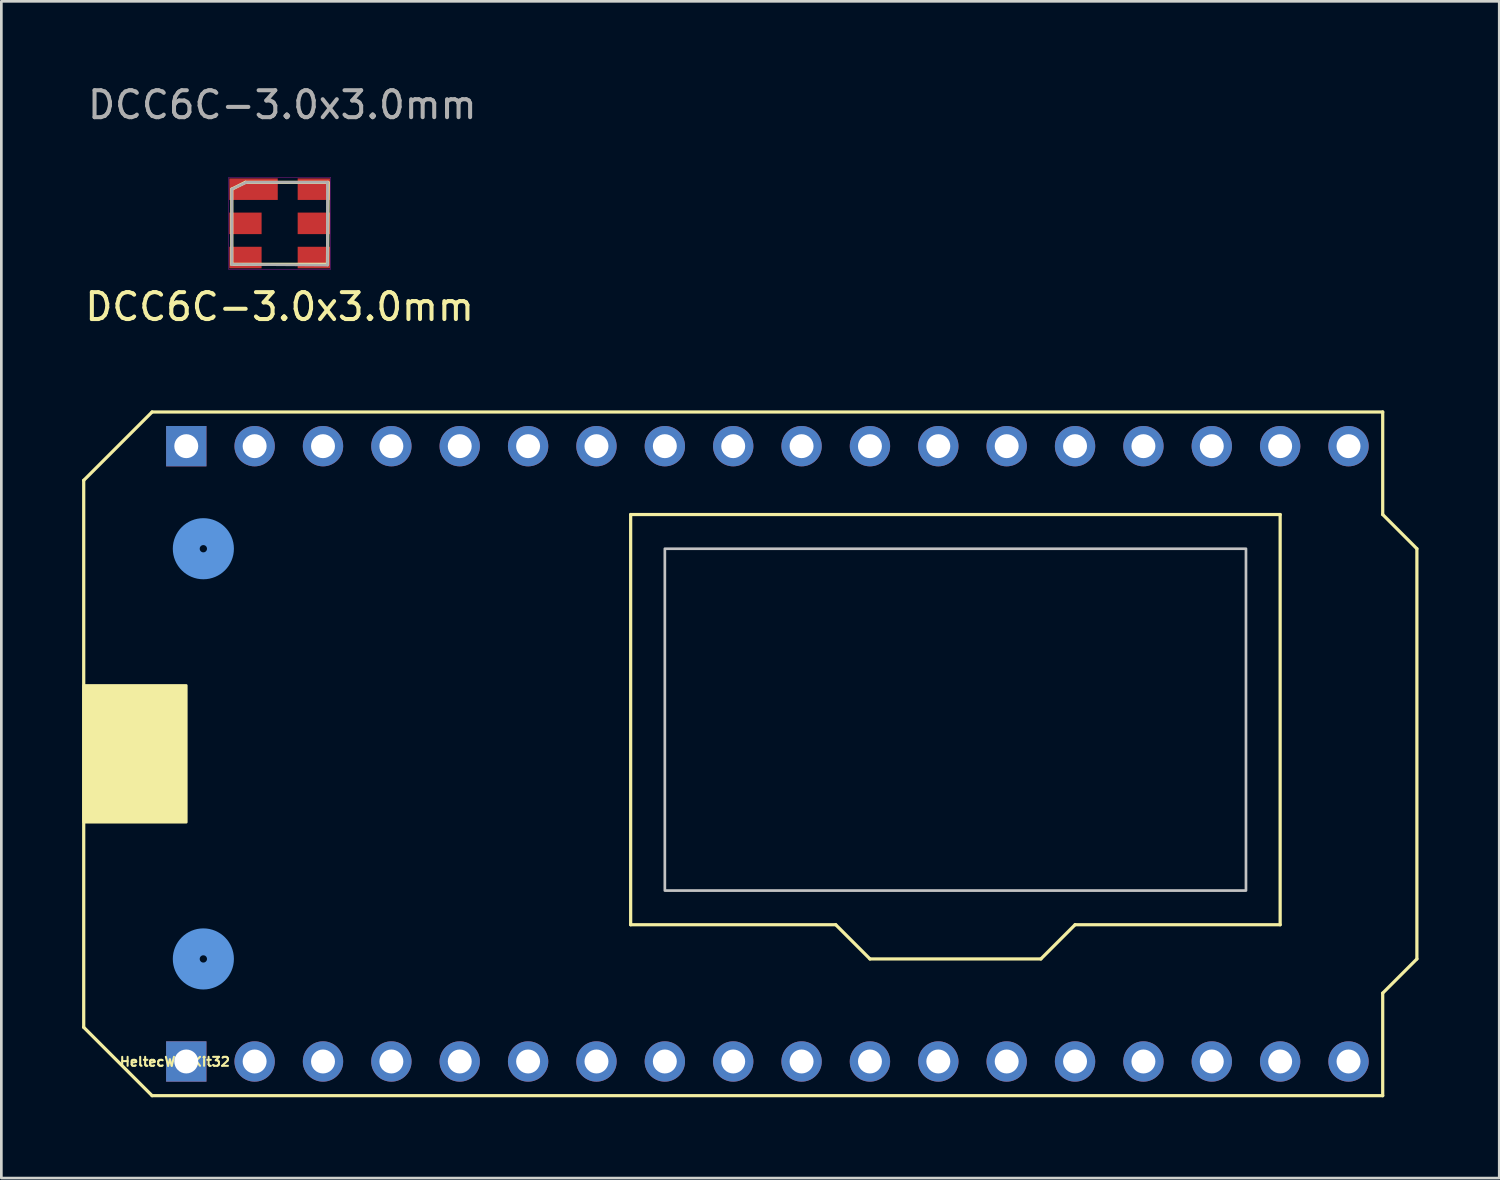
<source format=kicad_pcb>
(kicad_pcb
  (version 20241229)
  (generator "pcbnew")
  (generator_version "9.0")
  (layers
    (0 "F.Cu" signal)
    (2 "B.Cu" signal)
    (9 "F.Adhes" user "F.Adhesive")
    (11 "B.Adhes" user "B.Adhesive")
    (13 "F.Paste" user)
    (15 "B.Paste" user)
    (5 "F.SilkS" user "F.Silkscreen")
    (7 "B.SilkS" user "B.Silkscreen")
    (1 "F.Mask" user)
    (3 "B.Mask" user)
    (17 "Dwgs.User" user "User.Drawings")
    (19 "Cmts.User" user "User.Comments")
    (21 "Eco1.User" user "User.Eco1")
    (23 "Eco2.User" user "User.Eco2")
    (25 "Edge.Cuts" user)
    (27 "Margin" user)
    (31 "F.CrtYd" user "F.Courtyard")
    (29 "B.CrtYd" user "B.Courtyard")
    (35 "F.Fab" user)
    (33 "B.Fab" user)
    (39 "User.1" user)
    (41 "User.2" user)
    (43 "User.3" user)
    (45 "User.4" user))
  (footprint "DCC6C-3.0x3.0mm"
    (layer "F.Cu")
    (at 7.339 5.248)
    (property "Reference" "DCC6C-3.0x3.0mm" (at 0 3.1 0) (layer "F.SilkS") (effects (font (size 1 1) (thickness 0.15))))
    (attr through_hole)
    (fp_line (start -1.778 -1.27) (end -1.27 -1.524) (stroke (width 0.12) (type solid)) (layer "F.SilkS"))
    (fp_line (start -1.778 1.524) (end -1.778 -1.27) (stroke (width 0.12) (type solid)) (layer "F.SilkS"))
    (fp_line (start -1.27 -1.524) (end 1.778 -1.524) (stroke (width 0.12) (type solid)) (layer "F.SilkS"))
    (fp_line (start 1.778 1.524) (end -1.778 1.524) (stroke (width 0.12) (type solid)) (layer "F.SilkS"))
    (fp_line (start 1.803 -1.524) (end 1.778 1.524) (stroke (width 0.12) (type solid)) (layer "F.SilkS"))
    (fp_line (start -1.9 -1.7) (end 1.9 -1.7) (stroke (width 0.01) (type solid)) (layer "F.CrtYd"))
    (fp_line (start -1.9 1.7) (end -1.9 -1.7) (stroke (width 0.01) (type solid)) (layer "F.CrtYd"))
    (fp_line (start 1.9 -1.7) (end 1.9 1.7) (stroke (width 0.01) (type solid)) (layer "F.CrtYd"))
    (fp_line (start 1.9 1.7) (end -1.9 1.7) (stroke (width 0.01) (type solid)) (layer "F.CrtYd"))
    (fp_line (start -1.778 -1.27) (end -1.245 -1.524) (stroke (width 0.1) (type solid)) (layer "F.Fab"))
    (fp_line (start -1.778 1.532) (end -1.778 -1.27) (stroke (width 0.1) (type solid)) (layer "F.Fab"))
    (fp_line (start -1.245 -1.524) (end 1.778 -1.524) (stroke (width 0.1) (type solid)) (layer "F.Fab"))
    (fp_line (start 1.778 -1.524) (end 1.778 1.549) (stroke (width 0.1) (type solid)) (layer "F.Fab"))
    (fp_line (start 1.778 1.549) (end -1.778 1.524) (stroke (width 0.1) (type solid)) (layer "F.Fab"))
    (fp_text user "${REFERENCE}" (at 0.1 -4.4 0) (layer "F.Fab") (effects (font (size 1 1) (thickness 0.15))))
    (pad "1" smd rect (at -1.27 -1.27) (size 1.8 0.8) (drill (offset 0.3 0)) (layers "F.Cu" "F.Mask" "F.Paste"))
    (pad "2" smd rect (at -1.27 0) (size 1.2 0.8) (layers "F.Cu" "F.Mask" "F.Paste"))
    (pad "3" smd rect (at -1.27 1.27) (size 1.2 0.8) (layers "F.Cu" "F.Mask" "F.Paste"))
    (pad "4" smd rect (at 1.27 1.27) (size 1.2 0.8) (layers "F.Cu" "F.Mask" "F.Paste"))
    (pad "5" smd rect (at 1.27 0) (size 1.2 0.8) (layers "F.Cu" "F.Mask" "F.Paste"))
    (pad "6" smd rect (at 1.27 -1.27) (size 1.2 0.8) (layers "F.Cu" "F.Mask" "F.Paste")))
  (footprint "HeltecWiFiKit32"
    (layer "F.Cu")
    (at 3.87 36.386)
    (property "Reference" "HeltecWiFiKit32" (at -0.424 0.01 0) (unlocked yes) (layer "F.SilkS") (effects (font (size 0.333 0.351) (thickness 0.076))))
    (attr through_hole)
    (fp_line (start -3.81 -21.59) (end -1.27 -24.13) (stroke (width 0.12) (type solid)) (layer "F.SilkS"))
    (fp_line (start -3.81 -1.27) (end -3.81 -21.59) (stroke (width 0.12) (type solid)) (layer "F.SilkS"))
    (fp_line (start -1.27 -24.13) (end 44.45 -24.13) (stroke (width 0.12) (type solid)) (layer "F.SilkS"))
    (fp_line (start -1.27 1.27) (end -3.81 -1.27) (stroke (width 0.12) (type solid)) (layer "F.SilkS"))
    (fp_line (start 16.51 -20.32) (end 16.51 -5.08) (stroke (width 0.12) (type solid)) (layer "F.SilkS"))
    (fp_line (start 16.51 -5.08) (end 24.13 -5.08) (stroke (width 0.12) (type solid)) (layer "F.SilkS"))
    (fp_line (start 24.13 -5.08) (end 25.4 -3.81) (stroke (width 0.12) (type solid)) (layer "F.SilkS"))
    (fp_line (start 25.4 -3.81) (end 31.75 -3.81) (stroke (width 0.12) (type solid)) (layer "F.SilkS"))
    (fp_line (start 31.75 -3.81) (end 33.02 -5.08) (stroke (width 0.12) (type solid)) (layer "F.SilkS"))
    (fp_line (start 33.02 -5.08) (end 40.64 -5.08) (stroke (width 0.12) (type solid)) (layer "F.SilkS"))
    (fp_line (start 40.64 -20.32) (end 16.51 -20.32) (stroke (width 0.12) (type solid)) (layer "F.SilkS"))
    (fp_line (start 40.64 -5.08) (end 40.64 -20.32) (stroke (width 0.12) (type solid)) (layer "F.SilkS"))
    (fp_line (start 44.45 -24.13) (end 44.45 -20.32) (stroke (width 0.12) (type solid)) (layer "F.SilkS"))
    (fp_line (start 44.45 -20.32) (end 45.72 -19.05) (stroke (width 0.12) (type solid)) (layer "F.SilkS"))
    (fp_line (start 44.45 -2.54) (end 44.45 1.27) (stroke (width 0.12) (type solid)) (layer "F.SilkS"))
    (fp_line (start 44.45 1.27) (end -1.27 1.27) (stroke (width 0.12) (type solid)) (layer "F.SilkS"))
    (fp_line (start 45.72 -19.05) (end 45.72 -3.81) (stroke (width 0.12) (type solid)) (layer "F.SilkS"))
    (fp_line (start 45.72 -3.81) (end 44.45 -2.54) (stroke (width 0.12) (type solid)) (layer "F.SilkS"))
    (fp_poly (pts (xy -3.81 -13.97) (xy 0 -13.97) (xy 0 -8.89) (xy -3.81 -8.89)) (stroke (width 0.1) (type solid)) (fill yes) (layer "F.SilkS"))
    (fp_poly (pts (xy -1.27 -20.32) (xy 2.54 -20.32) (xy 2.54 -17.78) (xy -1.27 -17.78)) (stroke (width 0.1) (type solid)) (fill yes) (layer "B.Paste"))
    (fp_poly (pts (xy 2.54 -2.54) (xy -1.27 -2.54) (xy -1.27 -5.08) (xy 2.54 -5.08)) (stroke (width 0.1) (type solid)) (fill yes) (layer "B.Paste"))
    (fp_poly (pts (xy 39.37 -6.35) (xy 39.37 -19.05) (xy 17.78 -19.05) (xy 17.78 -6.35)) (stroke (width 0.1) (type solid)) (fill no) (layer "Dwgs.User"))
    (fp_circle (center 0.635 -19.05) (end 0 -19.05) (stroke (width 1) (type solid)) (fill no) (layer "Cmts.User"))
    (fp_circle (center 0.635 -3.81) (end 0 -3.81) (stroke (width 1) (type solid)) (fill no) (layer "Cmts.User"))
    (pad "0" thru_hole circle (at 20.32 -22.86 180) (size 1.499 1.499) (drill 0.889) (layers "*.Cu" "*.Mask"))
    (pad "2" thru_hole circle (at 17.78 -22.86 180) (size 1.499 1.499) (drill 0.889) (layers "*.Cu" "*.Mask"))
    (pad "3V3" thru_hole circle (at 5.08 -22.86 180) (size 1.499 1.499) (drill 0.889) (layers "*.Cu" "*.Mask"))
    (pad "3V3" thru_hole circle (at 5.08 0 180) (size 1.499 1.499) (drill 0.889) (layers "*.Cu" "*.Mask"))
    (pad "4" thru_hole circle (at 22.86 -22.86 180) (size 1.499 1.499) (drill 0.889) (layers "*.Cu" "*.Mask"))
    (pad "5" thru_hole circle (at 30.48 -22.86 180) (size 1.499 1.499) (drill 0.889) (layers "*.Cu" "*.Mask"))
    (pad "5V" thru_hole circle (at 2.54 -22.86 180) (size 1.499 1.499) (drill 0.889) (layers "*.Cu" "*.Mask"))
    (pad "5V" thru_hole circle (at 2.54 0 180) (size 1.499 1.499) (drill 0.889) (layers "*.Cu" "*.Mask"))
    (pad "12" thru_hole circle (at 12.7 0 180) (size 1.499 1.499) (drill 0.889) (layers "*.Cu" "*.Mask"))
    (pad "13" thru_hole circle (at 10.16 0 180) (size 1.499 1.499) (drill 0.889) (layers "*.Cu" "*.Mask"))
    (pad "14" thru_hole circle (at 15.24 0 180) (size 1.499 1.499) (drill 0.889) (layers "*.Cu" "*.Mask"))
    (pad "15" thru_hole circle (at 15.24 -22.86 180) (size 1.499 1.499) (drill 0.889) (layers "*.Cu" "*.Mask"))
    (pad "16" thru_hole circle (at 25.4 -22.86 180) (size 1.499 1.499) (drill 0.889) (layers "*.Cu" "*.Mask"))
    (pad "17" thru_hole circle (at 27.94 -22.86 180) (size 1.499 1.499) (drill 0.889) (layers "*.Cu" "*.Mask"))
    (pad "18" thru_hole circle (at 33.02 -22.86 180) (size 1.499 1.499) (drill 0.889) (layers "*.Cu" "*.Mask"))
    (pad "19" thru_hole circle (at 38.1 -22.86 180) (size 1.499 1.499) (drill 0.889) (layers "*.Cu" "*.Mask"))
    (pad "21" thru_hole circle (at 43.18 -22.86 180) (size 1.499 1.499) (drill 0.889) (layers "*.Cu" "*.Mask"))
    (pad "22" thru_hole circle (at 40.64 -22.86 180) (size 1.499 1.499) (drill 0.889) (layers "*.Cu" "*.Mask"))
    (pad "23" thru_hole circle (at 35.56 -22.86 180) (size 1.499 1.499) (drill 0.889) (layers "*.Cu" "*.Mask"))
    (pad "25" thru_hole circle (at 22.86 0 180) (size 1.499 1.499) (drill 0.889) (layers "*.Cu" "*.Mask"))
    (pad "26" thru_hole circle (at 20.32 0 180) (size 1.499 1.499) (drill 0.889) (layers "*.Cu" "*.Mask"))
    (pad "27" thru_hole circle (at 17.78 0 180) (size 1.499 1.499) (drill 0.889) (layers "*.Cu" "*.Mask"))
    (pad "32" thru_hole circle (at 27.94 0 180) (size 1.499 1.499) (drill 0.889) (layers "*.Cu" "*.Mask"))
    (pad "33" thru_hole circle (at 25.4 0 180) (size 1.499 1.499) (drill 0.889) (layers "*.Cu" "*.Mask"))
    (pad "34" thru_hole circle (at 33.02 0 180) (size 1.499 1.499) (drill 0.889) (layers "*.Cu" "*.Mask"))
    (pad "35" thru_hole circle (at 30.48 0 180) (size 1.499 1.499) (drill 0.889) (layers "*.Cu" "*.Mask"))
    (pad "36" thru_hole circle (at 43.18 0 180) (size 1.499 1.499) (drill 0.889) (layers "*.Cu" "*.Mask"))
    (pad "37" thru_hole circle (at 40.64 0 180) (size 1.499 1.499) (drill 0.889) (layers "*.Cu" "*.Mask"))
    (pad "38" thru_hole circle (at 38.1 0 180) (size 1.499 1.499) (drill 0.889) (layers "*.Cu" "*.Mask"))
    (pad "39" thru_hole circle (at 35.56 0 180) (size 1.499 1.499) (drill 0.889) (layers "*.Cu" "*.Mask"))
    (pad "GND" thru_hole rect (at 0 -22.86 180) (size 1.499 1.499) (drill 0.889) (layers "*.Cu" "*.Mask"))
    (pad "GND" thru_hole rect (at 0 0 180) (size 1.499 1.499) (drill 0.889) (layers "*.Cu" "*.Mask"))
    (pad "GND" thru_hole circle (at 7.62 -22.86 180) (size 1.499 1.499) (drill 0.889) (layers "*.Cu" "*.Mask"))
    (pad "RST" thru_hole circle (at 7.62 0 180) (size 1.499 1.499) (drill 0.889) (layers "*.Cu" "*.Mask"))
    (pad "RX" thru_hole circle (at 12.7 -22.86 180) (size 1.499 1.499) (drill 0.889) (layers "*.Cu" "*.Mask"))
    (pad "TX" thru_hole circle (at 10.16 -22.86 180) (size 1.499 1.499) (drill 0.889) (layers "*.Cu" "*.Mask")))
  (gr_rect
    (start -3 -3)
    (end 52.65 40.717)
    (stroke (width 0.1) (type default))
    (fill no)
    (layer "Edge.Cuts")))
</source>
